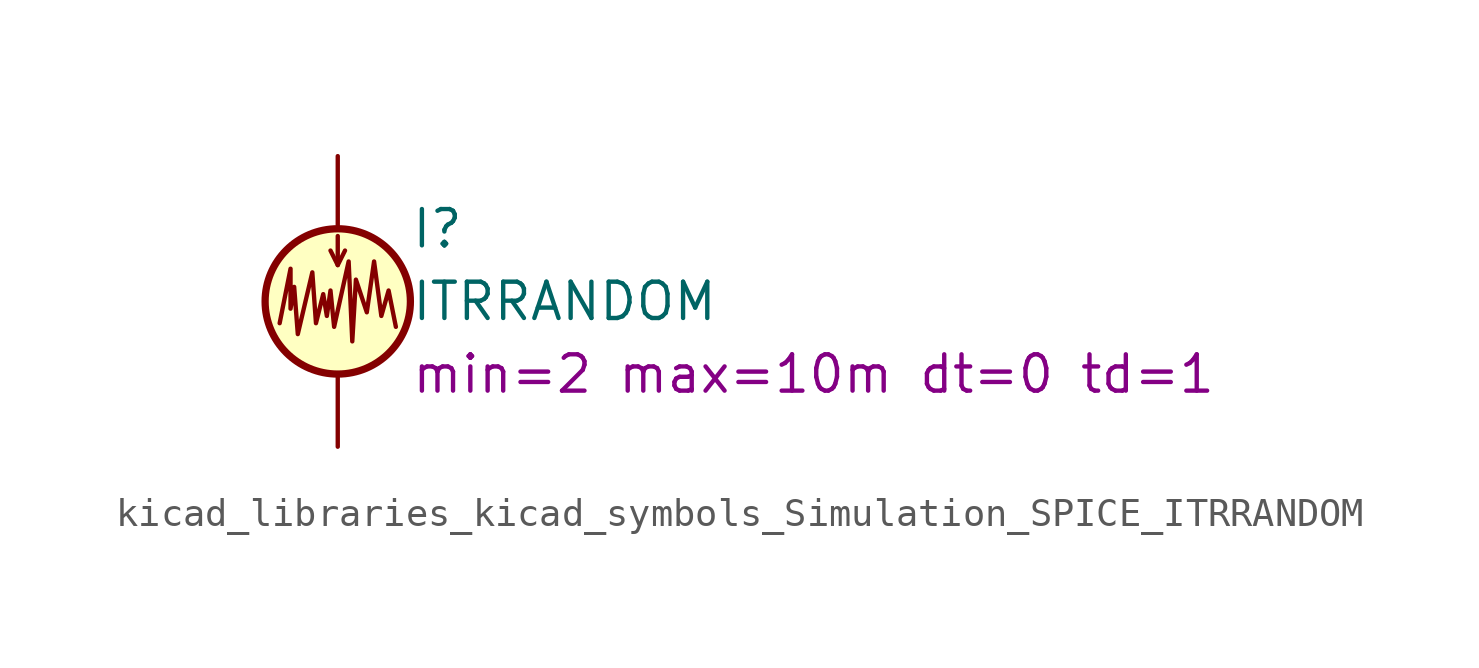
<source format=kicad_sym>
(kicad_symbol_lib
  (version 20220914)
  (generator kicad_symbol_editor)
  (symbol "kicad_libraries_kicad_symbols_Simulation_SPICE_ITRRANDOM"
    (pin_numbers hide)
    (pin_names
      (offset 0.025))
    (property "Reference" "I"
      (at 2.54 2.54 0)
      (effects (font (size 1.27 1.27)) (justify left)))
    (property "Value" "ITRRANDOM"
      (at 2.54 0 0)
      (effects (font (size 1.27 1.27)) (justify left)))
    (property "Sim.Params" "min=2 max=10m dt=0 td=1"
      (at 2.54 -2.54 0)
      (effects (font (size 1.27 1.27)) (justify left)))
    (symbol "kicad_libraries_kicad_symbols_Simulation_SPICE_ITRRANDOM_0_1"
      (polyline (pts (xy 0 1.27) (xy 0 2.286)) (stroke (width 0) (type default)) (fill (type none)))
      (polyline (pts (xy -0.254 1.778) (xy 0 1.27) (xy 0.254 1.778)) (stroke (width 0) (type default)) (fill (type none)))
      (polyline (pts (xy -2.032 -0.762) (xy -1.651 1.143) (xy -1.651 -0.254) (xy -1.524 0.508) (xy -1.397 -1.143) (xy -0.889 1.016) (xy -0.762 -0.762) (xy -0.508 0.254) (xy -0.381 -0.508) (xy -0.254 0.381) (xy -0.127 -0.889) (xy 0.381 1.397) (xy 0.508 -1.397) (xy 0.635 0.762) (xy 1.016 -0.381) (xy 1.27 1.397) (xy 1.524 -0.508) (xy 1.778 0.381) (xy 2.032 -0.889)) (stroke (width 0) (type default)) (fill (type none)))
      (circle (center 0 0) (radius 2.54) (stroke (width 0.254) (type default)) (fill (type background))))
    (symbol "kicad_libraries_kicad_symbols_Simulation_SPICE_ITRRANDOM_1_1"
      (pin passive line (at 0 5.08 270) (length 2.54) (name "~" (effects (font (size 1.27 1.27)))) (number "1" (effects (font (size 1.27 1.27)))))
      (pin passive line (at 0 -5.08 90) (length 2.54) (name "~" (effects (font (size 1.27 1.27)))) (number "2" (effects (font (size 1.27 1.27))))))))
</source>
